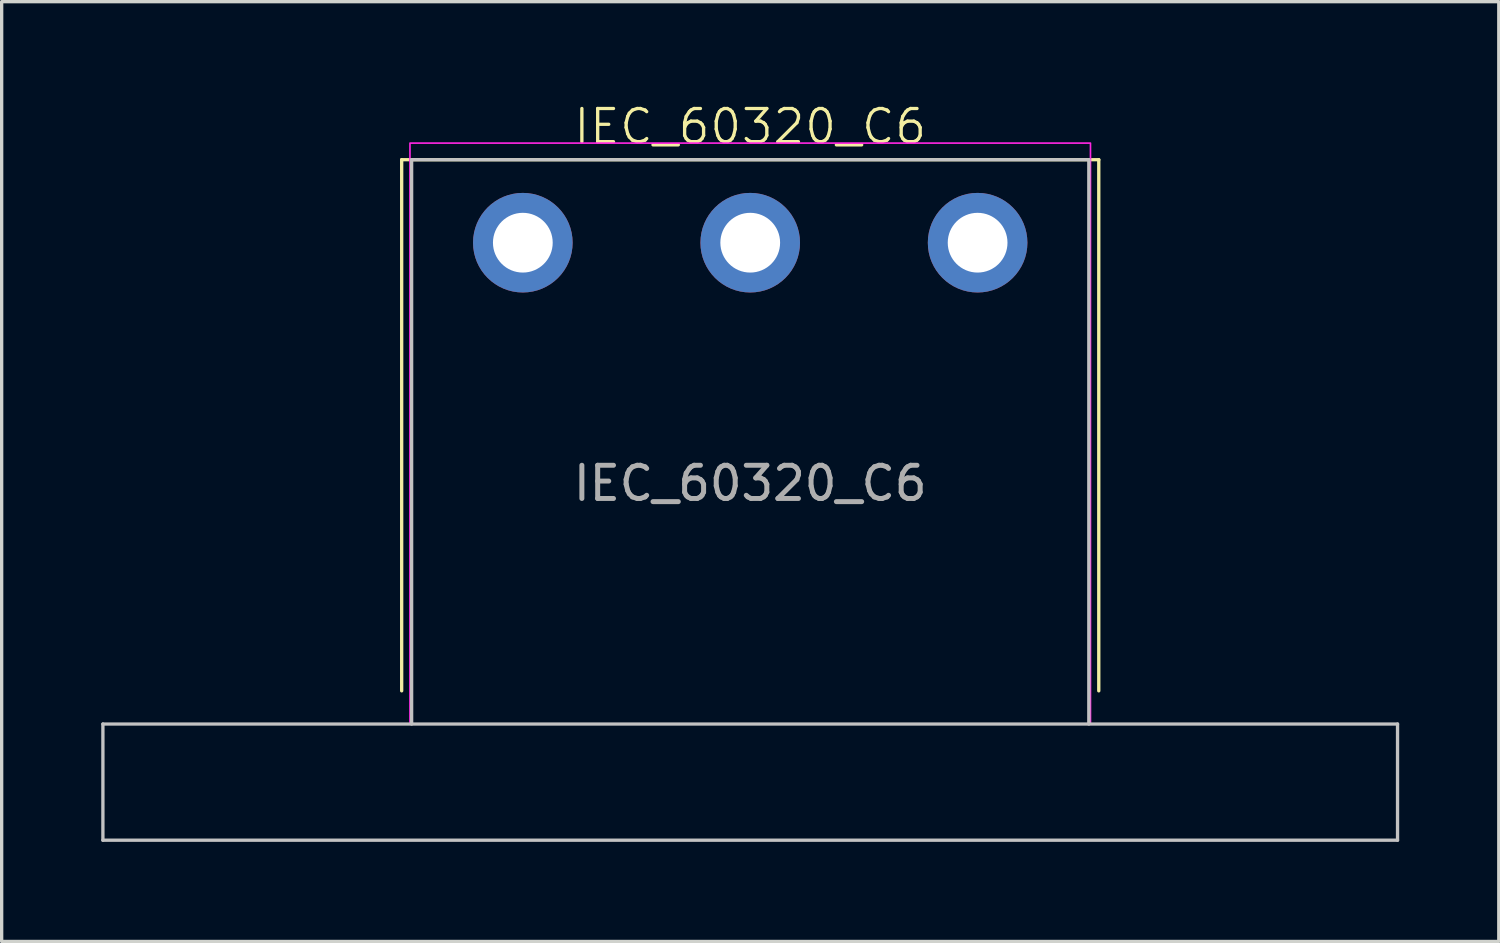
<source format=kicad_pcb>
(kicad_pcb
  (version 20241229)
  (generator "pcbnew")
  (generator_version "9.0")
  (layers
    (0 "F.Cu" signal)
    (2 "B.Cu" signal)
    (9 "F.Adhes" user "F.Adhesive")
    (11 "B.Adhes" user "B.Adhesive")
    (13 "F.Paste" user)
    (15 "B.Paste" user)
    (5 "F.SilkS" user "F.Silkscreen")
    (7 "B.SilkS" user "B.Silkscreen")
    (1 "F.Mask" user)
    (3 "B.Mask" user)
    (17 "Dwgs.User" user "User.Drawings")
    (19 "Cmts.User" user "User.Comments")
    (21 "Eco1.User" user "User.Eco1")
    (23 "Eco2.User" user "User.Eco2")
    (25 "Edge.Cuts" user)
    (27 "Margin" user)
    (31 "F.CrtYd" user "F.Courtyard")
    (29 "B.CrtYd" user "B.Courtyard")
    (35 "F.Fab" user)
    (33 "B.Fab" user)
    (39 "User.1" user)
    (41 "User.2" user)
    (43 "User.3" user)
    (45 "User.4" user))
  (footprint "IEC_60320_C6"
    (layer "F.Cu")
    (at 19.55 18.761)
    (property "Reference" "IEC_60320_C6" (at 0 -18 0) (unlocked yes) (layer "F.SilkS") (effects (font (size 1 1) (thickness 0.1))))
    (attr smd)
    (fp_line (start -10.5 -17) (end 10.5 -17) (stroke (width 0.1) (type default)) (layer "F.SilkS"))
    (fp_line (start -10.5 -1) (end -10.5 -17) (stroke (width 0.1) (type default)) (layer "F.SilkS"))
    (fp_line (start 10.5 -17) (end 10.5 -1) (stroke (width 0.1) (type default)) (layer "F.SilkS"))
    (fp_line (start -19.5 0) (end -19.5 3.5) (stroke (width 0.1) (type default)) (layer "Dwgs.User"))
    (fp_line (start -19.5 0) (end 19.5 0) (stroke (width 0.1) (type solid)) (layer "Dwgs.User"))
    (fp_line (start -19.5 3.5) (end 19.5 3.5) (stroke (width 0.1) (type solid)) (layer "Dwgs.User"))
    (fp_line (start -10.2 -17) (end -10.2 0) (stroke (width 0.1) (type solid)) (layer "Dwgs.User"))
    (fp_line (start -10.2 -17) (end 10.2 -17) (stroke (width 0.1) (type solid)) (layer "Dwgs.User"))
    (fp_line (start 10.2 -17) (end 10.2 0) (stroke (width 0.1) (type solid)) (layer "Dwgs.User"))
    (fp_line (start 19.5 3.5) (end 19.5 0) (stroke (width 0.1) (type default)) (layer "Dwgs.User"))
    (fp_rect (start -10.25 -17.5) (end 10.25 0) (stroke (width 0.05) (type default)) (fill no) (layer "F.CrtYd"))
    (fp_text user "${REFERENCE}" (at 0 -7.25 0) (unlocked yes) (layer "F.Fab") (effects (font (size 1 1) (thickness 0.15))))
    (pad "1" thru_hole circle (at -6.85 -14.5 90) (size 3 3) (drill 1.8) (layers "*.Cu" "*.Mask"))
    (pad "2" thru_hole circle (at 6.85 -14.5 90) (size 3 3) (drill 1.8) (layers "*.Cu" "*.Mask"))
    (pad "3" thru_hole circle (at 0 -14.5) (size 3 3) (drill 1.8) (layers "*.Cu" "*.Mask")))
  (gr_rect
    (start -3 -3)
    (end 42.1 25.311)
    (stroke (width 0.1) (type default))
    (fill no)
    (layer "Edge.Cuts")))
</source>
